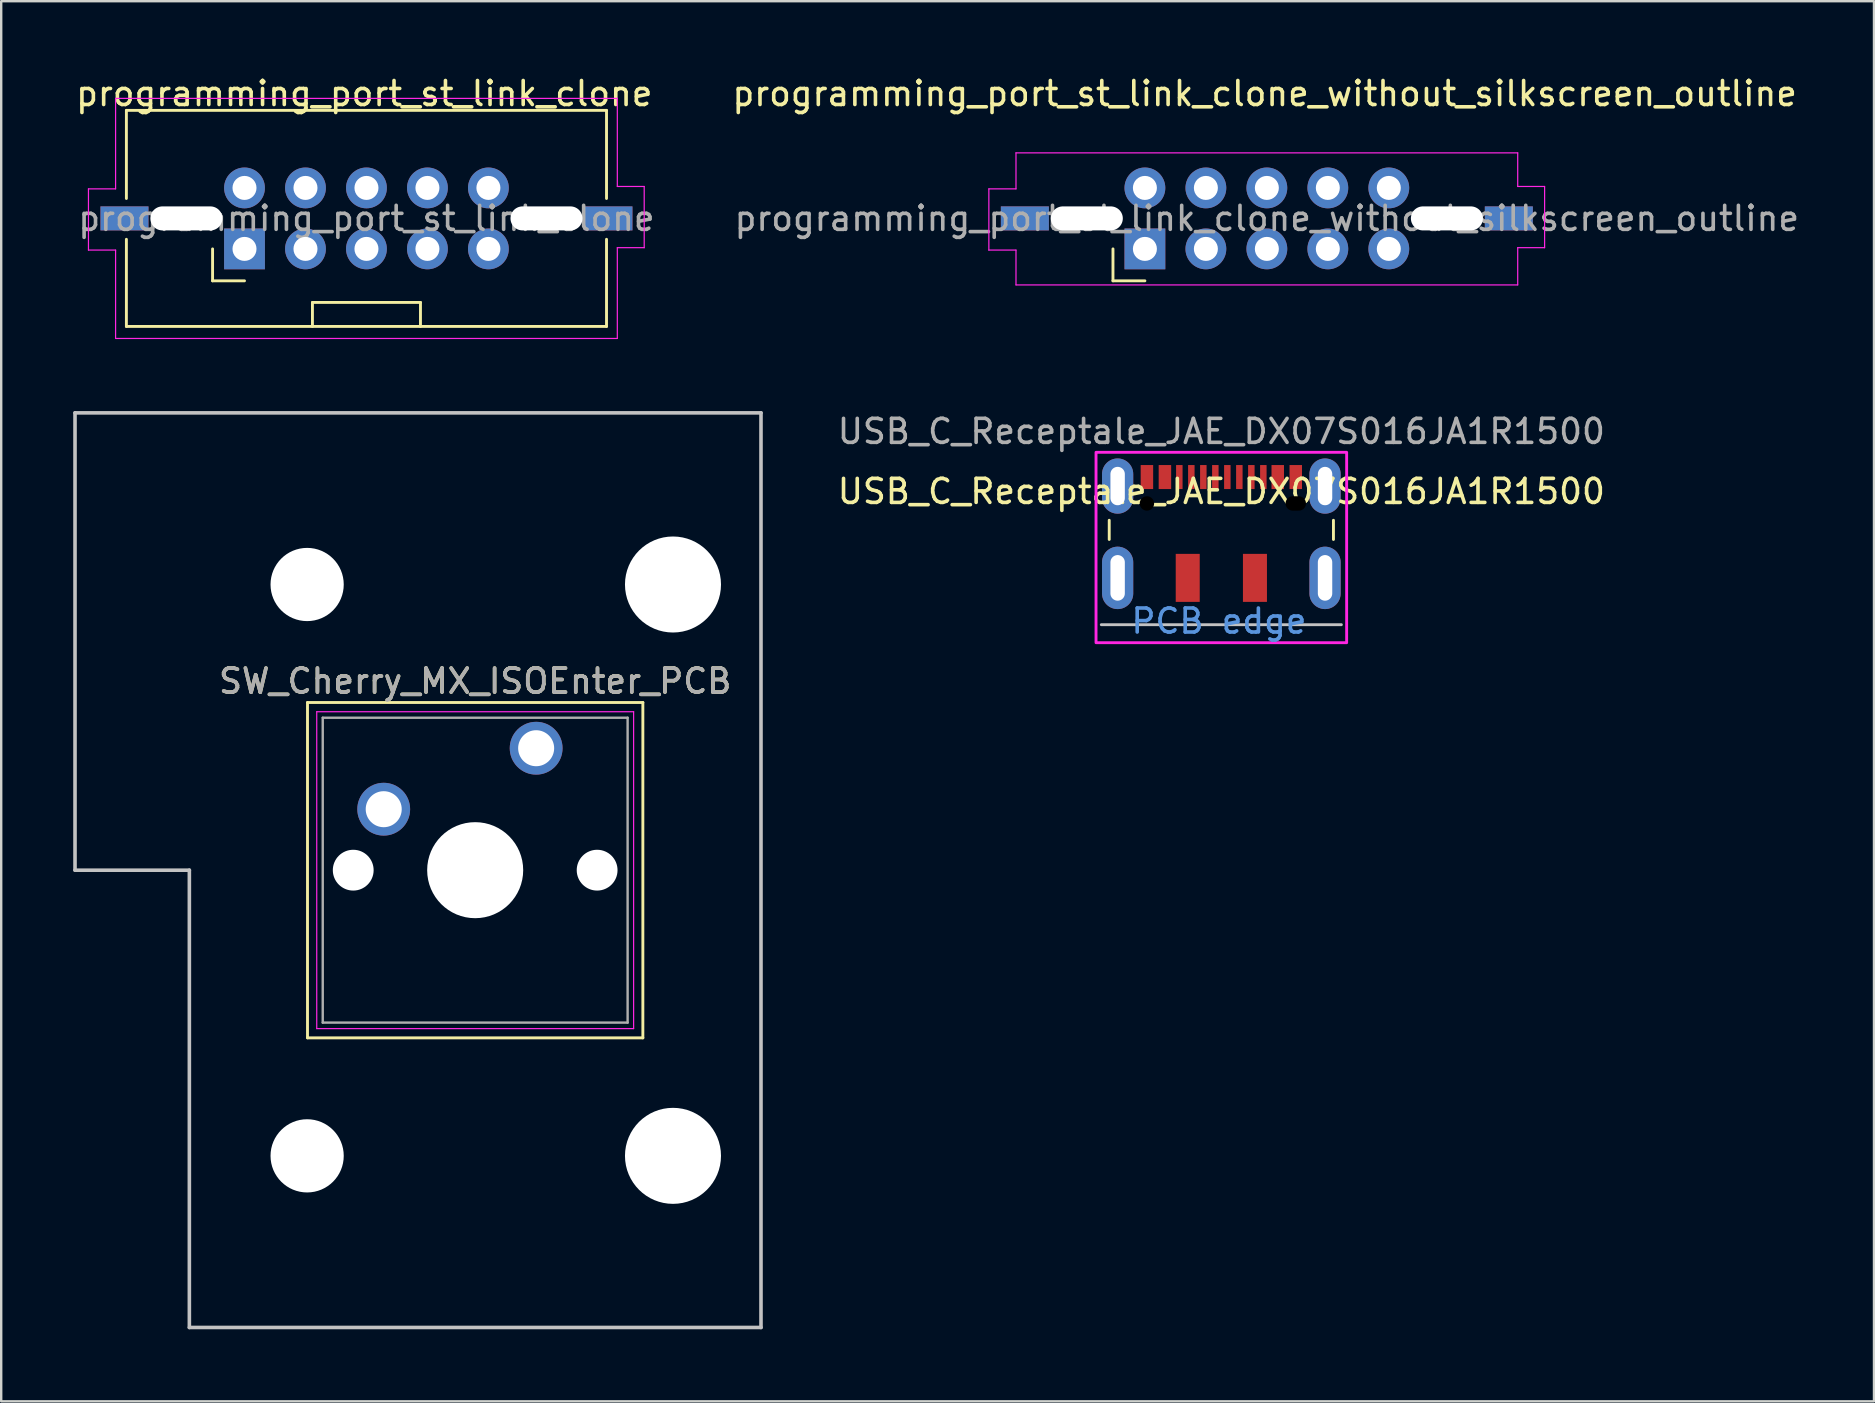
<source format=kicad_pcb>
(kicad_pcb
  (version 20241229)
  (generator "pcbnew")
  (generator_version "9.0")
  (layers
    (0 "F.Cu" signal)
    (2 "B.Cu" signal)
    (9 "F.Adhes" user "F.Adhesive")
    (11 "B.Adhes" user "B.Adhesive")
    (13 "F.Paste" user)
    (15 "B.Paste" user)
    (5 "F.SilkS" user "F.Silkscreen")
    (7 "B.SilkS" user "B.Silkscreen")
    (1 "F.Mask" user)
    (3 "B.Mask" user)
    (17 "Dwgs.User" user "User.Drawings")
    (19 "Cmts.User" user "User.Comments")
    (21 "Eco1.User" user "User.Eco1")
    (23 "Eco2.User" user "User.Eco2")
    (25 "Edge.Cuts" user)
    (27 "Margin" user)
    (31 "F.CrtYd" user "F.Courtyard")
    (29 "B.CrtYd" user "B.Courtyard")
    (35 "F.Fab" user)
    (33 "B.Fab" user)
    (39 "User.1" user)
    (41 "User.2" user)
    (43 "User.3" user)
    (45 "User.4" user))
  (footprint "USB_C_Receptale_JAE_DX07S016JA1R1500"
    (layer "F.Cu")
    (at 47.826 17.922)
    (property "Reference" "USB_C_Receptale_JAE_DX07S016JA1R1500" (at 0 -0.5 0) (unlocked yes) (layer "F.SilkS") (effects (font (size 1 1) (thickness 0.15))))
    (fp_line (start -4.67 0.7) (end -4.67 1.5) (stroke (width 0.12) (type solid)) (layer "F.SilkS"))
    (fp_line (start 4.67 0.7) (end 4.67 1.5) (stroke (width 0.12) (type solid)) (layer "F.SilkS"))
    (fp_line (start -5 5.05) (end 5 5.05) (stroke (width 0.12) (type solid)) (layer "Dwgs.User"))
    (fp_rect (start -5.22 -2.13) (end 5.22 5.8) (stroke (width 0.12) (type solid)) (fill no) (layer "F.CrtYd"))
    (fp_text user "PCB edge" (at -0.1 4.9 0) (unlocked yes) (layer "Cmts.User") (effects (font (size 1 1) (thickness 0.15))))
    (fp_text user "${REFERENCE}" (at 0 -3 0) (unlocked yes) (layer "F.Fab") (effects (font (size 1 1) (thickness 0.15))))
    (pad "" np_thru_hole circle (at -3.1 0) (size 0.6 0.6) (drill 0.6) (layers "*.Mask"))
    (pad "" np_thru_hole oval (at 3.1 0) (size 0.85 0.6) (drill oval 0.85 0.6) (layers "*.Mask"))
    (pad "A1" smd rect (at -3.1 -1.1) (size 0.52 1) (layers "F.Cu" "F.Mask" "F.Paste"))
    (pad "A4" smd rect (at -2.35 -1.1) (size 0.52 1) (layers "F.Cu" "F.Mask" "F.Paste"))
    (pad "A5" smd rect (at -1.75 -1.1) (size 0.27 1) (layers "F.Cu" "F.Mask" "F.Paste"))
    (pad "A6" smd rect (at -0.25 -1.1) (size 0.27 1) (layers "F.Cu" "F.Mask" "F.Paste"))
    (pad "A7" smd rect (at 0.75 -1.1) (size 0.27 1) (layers "F.Cu" "F.Mask" "F.Paste"))
    (pad "A8" smd rect (at 1.75 -1.1) (size 0.27 1) (layers "F.Cu" "F.Mask" "F.Paste"))
    (pad "A9" smd rect (at 2.35 -1.1) (size 0.52 1) (layers "F.Cu" "F.Mask" "F.Paste"))
    (pad "A12" smd rect (at 3.1 -1.1) (size 0.52 1) (layers "F.Cu" "F.Mask" "F.Paste"))
    (pad "B5" smd rect (at 1.25 -1.1) (size 0.27 1) (layers "F.Cu" "F.Mask" "F.Paste"))
    (pad "B6" smd rect (at 0.25 -1.1) (size 0.27 1) (layers "F.Cu" "F.Mask" "F.Paste"))
    (pad "B7" smd rect (at -0.75 -1.1) (size 0.27 1) (layers "F.Cu" "F.Mask" "F.Paste"))
    (pad "B8" smd rect (at -1.25 -1.1) (size 0.27 1) (layers "F.Cu" "F.Mask" "F.Paste"))
    (pad "S1" thru_hole oval (at -4.32 -0.725) (size 1.3 2.3) (drill oval 0.6 1.6) (layers "*.Cu" "*.Mask"))
    (pad "S1" thru_hole oval (at -4.32 3.1) (size 1.3 2.6) (drill oval 0.6 1.9) (layers "*.Cu" "*.Mask"))
    (pad "S1" smd rect (at -1.4 3.1) (size 1 2) (layers "F.Cu" "F.Mask" "F.Paste"))
    (pad "S1" smd rect (at 1.4 3.1) (size 1 2) (layers "F.Cu" "F.Mask" "F.Paste"))
    (pad "S1" thru_hole oval (at 4.32 -0.725) (size 1.3 2.3) (drill oval 0.6 1.6) (layers "*.Cu" "*.Mask"))
    (pad "S1" thru_hole oval (at 4.32 3.1) (size 1.3 2.6) (drill oval 0.6 1.9) (layers "*.Cu" "*.Mask")))
  (footprint "programming_port_st_link_clone_without_silkscreen_outline"
    (layer "F.Cu")
    (at 44.642 7.318)
    (property "Reference" "programming_port_st_link_clone_without_silkscreen_outline" (at 4.99 -6.47 180) (layer "F.SilkS") (effects (font (size 1 1) (thickness 0.15))))
    (attr through_hole)
    (fp_line (start -1.33 1.33) (end -1.33 0) (stroke (width 0.12) (type solid)) (layer "F.SilkS"))
    (fp_line (start 0 1.33) (end -1.33 1.33) (stroke (width 0.12) (type solid)) (layer "F.SilkS"))
    (fp_line (start -6.5 -2.5) (end -6.5 0.05) (stroke (width 0.05) (type solid)) (layer "F.CrtYd"))
    (fp_line (start -6.5 0.05) (end -5.37 0.05) (stroke (width 0.05) (type solid)) (layer "F.CrtYd"))
    (fp_line (start -5.37 -4) (end -5.37 -2.5) (stroke (width 0.05) (type solid)) (layer "F.CrtYd"))
    (fp_line (start -5.37 -2.5) (end -6.5 -2.5) (stroke (width 0.05) (type solid)) (layer "F.CrtYd"))
    (fp_line (start -5.37 0.05) (end -5.37 1.5) (stroke (width 0.05) (type solid)) (layer "F.CrtYd"))
    (fp_line (start -5.37 1.5) (end 15.53 1.5) (stroke (width 0.05) (type solid)) (layer "F.CrtYd"))
    (fp_line (start 15.53 -4) (end -5.37 -4) (stroke (width 0.05) (type solid)) (layer "F.CrtYd"))
    (fp_line (start 15.53 -2.6) (end 15.53 -4) (stroke (width 0.05) (type solid)) (layer "F.CrtYd"))
    (fp_line (start 15.53 -0.05) (end 16.65 -0.05) (stroke (width 0.05) (type solid)) (layer "F.CrtYd"))
    (fp_line (start 15.53 1.5) (end 15.53 -0.05) (stroke (width 0.05) (type solid)) (layer "F.CrtYd"))
    (fp_line (start 16.65 -2.6) (end 15.53 -2.6) (stroke (width 0.05) (type solid)) (layer "F.CrtYd"))
    (fp_line (start 16.65 -0.05) (end 16.65 -2.6) (stroke (width 0.05) (type solid)) (layer "F.CrtYd"))
    (fp_text user "${REFERENCE}" (at 5.08 -1.27 180) (layer "F.Fab") (effects (font (size 1 1) (thickness 0.15))))
    (pad "" smd rect (at -5 -1.27 270) (size 1 2) (layers "F.Cu" "F.Mask" "F.Paste"))
    (pad "" smd rect (at -5 -1.27 90) (size 1 2) (layers "B.Cu" "B.Mask" "B.Paste"))
    (pad "" np_thru_hole oval (at -2.42 -1.27 90) (size 1 3) (drill oval 1 3) (layers "*.Cu" "*.Mask"))
    (pad "" np_thru_hole oval (at 12.58 -1.27 270) (size 1 3) (drill oval 1 3) (layers "*.Cu" "*.Mask"))
    (pad "" smd rect (at 15.16 -1.27 270) (size 1 2) (layers "F.Cu" "F.Mask" "F.Paste"))
    (pad "" smd rect (at 15.16 -1.27 270) (size 1 2) (layers "B.Cu" "B.Mask" "B.Paste"))
    (pad "1" thru_hole rect (at 0 0 90) (size 1.7 1.7) (drill 1) (layers "*.Cu" "*.Mask"))
    (pad "2" thru_hole oval (at 0 -2.54 90) (size 1.7 1.7) (drill 1) (layers "*.Cu" "*.Mask"))
    (pad "3" thru_hole oval (at 2.54 0 90) (size 1.7 1.7) (drill 1) (layers "*.Cu" "*.Mask"))
    (pad "4" thru_hole oval (at 2.54 -2.54 90) (size 1.7 1.7) (drill 1) (layers "*.Cu" "*.Mask"))
    (pad "5" thru_hole oval (at 5.08 0 90) (size 1.7 1.7) (drill 1) (layers "*.Cu" "*.Mask"))
    (pad "6" thru_hole oval (at 5.08 -2.54 90) (size 1.7 1.7) (drill 1) (layers "*.Cu" "*.Mask"))
    (pad "7" thru_hole oval (at 7.62 0 90) (size 1.7 1.7) (drill 1) (layers "*.Cu" "*.Mask"))
    (pad "8" thru_hole oval (at 7.62 -2.54 90) (size 1.7 1.7) (drill 1) (layers "*.Cu" "*.Mask"))
    (pad "9" thru_hole oval (at 10.16 0 90) (size 1.7 1.7) (drill 1) (layers "*.Cu" "*.Mask"))
    (pad "10" thru_hole oval (at 10.16 -2.54 90) (size 1.7 1.7) (drill 1) (layers "*.Cu" "*.Mask")))
  (footprint "SW_Cherry_MX_ISOEnter_PCB"
    (layer "F.Cu")
    (at 19.284 28.118)
    (property "Reference" "SW_Cherry_MX_ISOEnter_PCB" (at -2.54 -2.794 0) (layer "F.SilkS") (effects (font (size 1 1) (thickness 0.15))))
    (attr through_hole)
    (fp_line (start -9.525 -1.905) (end 4.445 -1.905) (stroke (width 0.12) (type solid)) (layer "F.SilkS"))
    (fp_line (start -9.525 12.065) (end -9.525 -1.905) (stroke (width 0.12) (type solid)) (layer "F.SilkS"))
    (fp_line (start 4.445 -1.905) (end 4.445 12.065) (stroke (width 0.12) (type solid)) (layer "F.SilkS"))
    (fp_line (start 4.445 12.065) (end -9.525 12.065) (stroke (width 0.12) (type solid)) (layer "F.SilkS"))
    (fp_line (start -19.209 -13.97) (end 9.366 -13.97) (stroke (width 0.15) (type solid)) (layer "Dwgs.User"))
    (fp_line (start -19.209 5.08) (end -19.209 -13.97) (stroke (width 0.15) (type solid)) (layer "Dwgs.User"))
    (fp_line (start -14.446 5.08) (end -19.209 5.08) (stroke (width 0.15) (type solid)) (layer "Dwgs.User"))
    (fp_line (start -14.446 24.13) (end -14.446 5.08) (stroke (width 0.15) (type solid)) (layer "Dwgs.User"))
    (fp_line (start 9.366 -13.97) (end 9.366 24.13) (stroke (width 0.15) (type solid)) (layer "Dwgs.User"))
    (fp_line (start 9.366 24.13) (end -14.446 24.13) (stroke (width 0.15) (type solid)) (layer "Dwgs.User"))
    (fp_line (start -9.14 -1.52) (end 4.06 -1.52) (stroke (width 0.05) (type solid)) (layer "F.CrtYd"))
    (fp_line (start -9.14 11.68) (end -9.14 -1.52) (stroke (width 0.05) (type solid)) (layer "F.CrtYd"))
    (fp_line (start 4.06 -1.52) (end 4.06 11.68) (stroke (width 0.05) (type solid)) (layer "F.CrtYd"))
    (fp_line (start 4.06 11.68) (end -9.14 11.68) (stroke (width 0.05) (type solid)) (layer "F.CrtYd"))
    (fp_line (start -8.89 -1.27) (end 3.81 -1.27) (stroke (width 0.1) (type solid)) (layer "F.Fab"))
    (fp_line (start -8.89 11.43) (end -8.89 -1.27) (stroke (width 0.1) (type solid)) (layer "F.Fab"))
    (fp_line (start 3.81 -1.27) (end 3.81 11.43) (stroke (width 0.1) (type solid)) (layer "F.Fab"))
    (fp_line (start 3.81 11.43) (end -8.89 11.43) (stroke (width 0.1) (type solid)) (layer "F.Fab"))
    (fp_text user "${REFERENCE}" (at -2.54 -2.794 0) (layer "F.Fab") (effects (font (size 1 1) (thickness 0.15))))
    (pad "" np_thru_hole circle (at -9.54 -6.82) (size 3.05 3.05) (drill 3.05) (layers "*.Cu" "*.Mask"))
    (pad "" np_thru_hole circle (at -9.54 16.98) (size 3.05 3.05) (drill 3.05) (layers "*.Cu" "*.Mask"))
    (pad "" np_thru_hole circle (at -7.62 5.08) (size 1.7 1.7) (drill 1.7) (layers "*.Cu" "*.Mask"))
    (pad "" np_thru_hole circle (at -2.54 5.08) (size 4 4) (drill 4) (layers "*.Cu" "*.Mask"))
    (pad "" np_thru_hole circle (at 2.54 5.08) (size 1.7 1.7) (drill 1.7) (layers "*.Cu" "*.Mask"))
    (pad "" np_thru_hole circle (at 5.7 -6.82) (size 4 4) (drill 4) (layers "*.Cu" "*.Mask"))
    (pad "" np_thru_hole circle (at 5.7 16.98) (size 4 4) (drill 4) (layers "*.Cu" "*.Mask"))
    (pad "1" thru_hole circle (at 0 0) (size 2.2 2.2) (drill 1.5) (layers "*.Cu" "*.Mask"))
    (pad "2" thru_hole circle (at -6.35 2.54) (size 2.2 2.2) (drill 1.5) (layers "*.Cu" "*.Mask")))
  (footprint "programming_port_st_link_clone"
    (layer "F.Cu")
    (at 7.135 7.318)
    (property "Reference" "programming_port_st_link_clone" (at 4.99 -6.47 180) (layer "F.SilkS") (effects (font (size 1 1) (thickness 0.15))))
    (attr through_hole)
    (fp_line (start -4.92 -5.77) (end -4.92 -2.1) (stroke (width 0.12) (type solid)) (layer "F.SilkS"))
    (fp_line (start -4.92 -5.77) (end 15.08 -5.77) (stroke (width 0.12) (type solid)) (layer "F.SilkS"))
    (fp_line (start -4.92 3.23) (end -4.92 -0.4) (stroke (width 0.12) (type solid)) (layer "F.SilkS"))
    (fp_line (start -1.33 1.33) (end -1.33 0) (stroke (width 0.12) (type solid)) (layer "F.SilkS"))
    (fp_line (start 0 1.33) (end -1.33 1.33) (stroke (width 0.12) (type solid)) (layer "F.SilkS"))
    (fp_line (start 2.83 2.23) (end 7.33 2.23) (stroke (width 0.12) (type solid)) (layer "F.SilkS"))
    (fp_line (start 2.83 3.23) (end 2.83 2.23) (stroke (width 0.12) (type solid)) (layer "F.SilkS"))
    (fp_line (start 7.33 2.23) (end 7.33 3.23) (stroke (width 0.12) (type solid)) (layer "F.SilkS"))
    (fp_line (start 15.08 -5.77) (end 15.08 -2.1) (stroke (width 0.12) (type solid)) (layer "F.SilkS"))
    (fp_line (start 15.08 -0.4) (end 15.08 3.23) (stroke (width 0.12) (type solid)) (layer "F.SilkS"))
    (fp_line (start 15.08 3.23) (end -4.92 3.23) (stroke (width 0.12) (type solid)) (layer "F.SilkS"))
    (fp_line (start -6.5 -2.5) (end -6.5 0.05) (stroke (width 0.05) (type solid)) (layer "F.CrtYd"))
    (fp_line (start -6.5 0.05) (end -5.37 0.05) (stroke (width 0.05) (type solid)) (layer "F.CrtYd"))
    (fp_line (start -5.37 -6.27) (end -5.37 -2.5) (stroke (width 0.05) (type solid)) (layer "F.CrtYd"))
    (fp_line (start -5.37 -2.5) (end -6.5 -2.5) (stroke (width 0.05) (type solid)) (layer "F.CrtYd"))
    (fp_line (start -5.37 0.05) (end -5.37 3.73) (stroke (width 0.05) (type solid)) (layer "F.CrtYd"))
    (fp_line (start -5.37 3.73) (end 15.53 3.73) (stroke (width 0.05) (type solid)) (layer "F.CrtYd"))
    (fp_line (start 15.53 -6.27) (end -5.37 -6.27) (stroke (width 0.05) (type solid)) (layer "F.CrtYd"))
    (fp_line (start 15.53 -2.6) (end 15.53 -6.27) (stroke (width 0.05) (type solid)) (layer "F.CrtYd"))
    (fp_line (start 15.53 -0.05) (end 16.65 -0.05) (stroke (width 0.05) (type solid)) (layer "F.CrtYd"))
    (fp_line (start 15.53 3.73) (end 15.53 -0.05) (stroke (width 0.05) (type solid)) (layer "F.CrtYd"))
    (fp_line (start 16.65 -2.6) (end 15.53 -2.6) (stroke (width 0.05) (type solid)) (layer "F.CrtYd"))
    (fp_line (start 16.65 -0.05) (end 16.65 -2.6) (stroke (width 0.05) (type solid)) (layer "F.CrtYd"))
    (fp_text user "${REFERENCE}" (at 5.08 -1.27 180) (layer "F.Fab") (effects (font (size 1 1) (thickness 0.15))))
    (pad "" smd rect (at -5 -1.27 270) (size 1 2) (layers "F.Cu" "F.Mask" "F.Paste"))
    (pad "" smd rect (at -5 -1.27 90) (size 1 2) (layers "B.Cu" "B.Mask" "B.Paste"))
    (pad "" np_thru_hole oval (at -2.42 -1.27 90) (size 1 3) (drill oval 1 3) (layers "*.Cu" "*.Mask"))
    (pad "" np_thru_hole oval (at 12.58 -1.27 270) (size 1 3) (drill oval 1 3) (layers "*.Cu" "*.Mask"))
    (pad "" smd rect (at 15.16 -1.27 270) (size 1 2) (layers "F.Cu" "F.Mask" "F.Paste"))
    (pad "" smd rect (at 15.16 -1.27 270) (size 1 2) (layers "B.Cu" "B.Mask" "B.Paste"))
    (pad "1" thru_hole rect (at 0 0 90) (size 1.7 1.7) (drill 1) (layers "*.Cu" "*.Mask"))
    (pad "2" thru_hole oval (at 0 -2.54 90) (size 1.7 1.7) (drill 1) (layers "*.Cu" "*.Mask"))
    (pad "3" thru_hole oval (at 2.54 0 90) (size 1.7 1.7) (drill 1) (layers "*.Cu" "*.Mask"))
    (pad "4" thru_hole oval (at 2.54 -2.54 90) (size 1.7 1.7) (drill 1) (layers "*.Cu" "*.Mask"))
    (pad "5" thru_hole oval (at 5.08 0 90) (size 1.7 1.7) (drill 1) (layers "*.Cu" "*.Mask"))
    (pad "6" thru_hole oval (at 5.08 -2.54 90) (size 1.7 1.7) (drill 1) (layers "*.Cu" "*.Mask"))
    (pad "7" thru_hole oval (at 7.62 0 90) (size 1.7 1.7) (drill 1) (layers "*.Cu" "*.Mask"))
    (pad "8" thru_hole oval (at 7.62 -2.54 90) (size 1.7 1.7) (drill 1) (layers "*.Cu" "*.Mask"))
    (pad "9" thru_hole oval (at 10.16 0 90) (size 1.7 1.7) (drill 1) (layers "*.Cu" "*.Mask"))
    (pad "10" thru_hole oval (at 10.16 -2.54 90) (size 1.7 1.7) (drill 1) (layers "*.Cu" "*.Mask")))
  (gr_rect
    (start -3 -3)
    (end 75.013 55.323)
    (stroke (width 0.1) (type default))
    (fill no)
    (layer "Edge.Cuts")))
</source>
